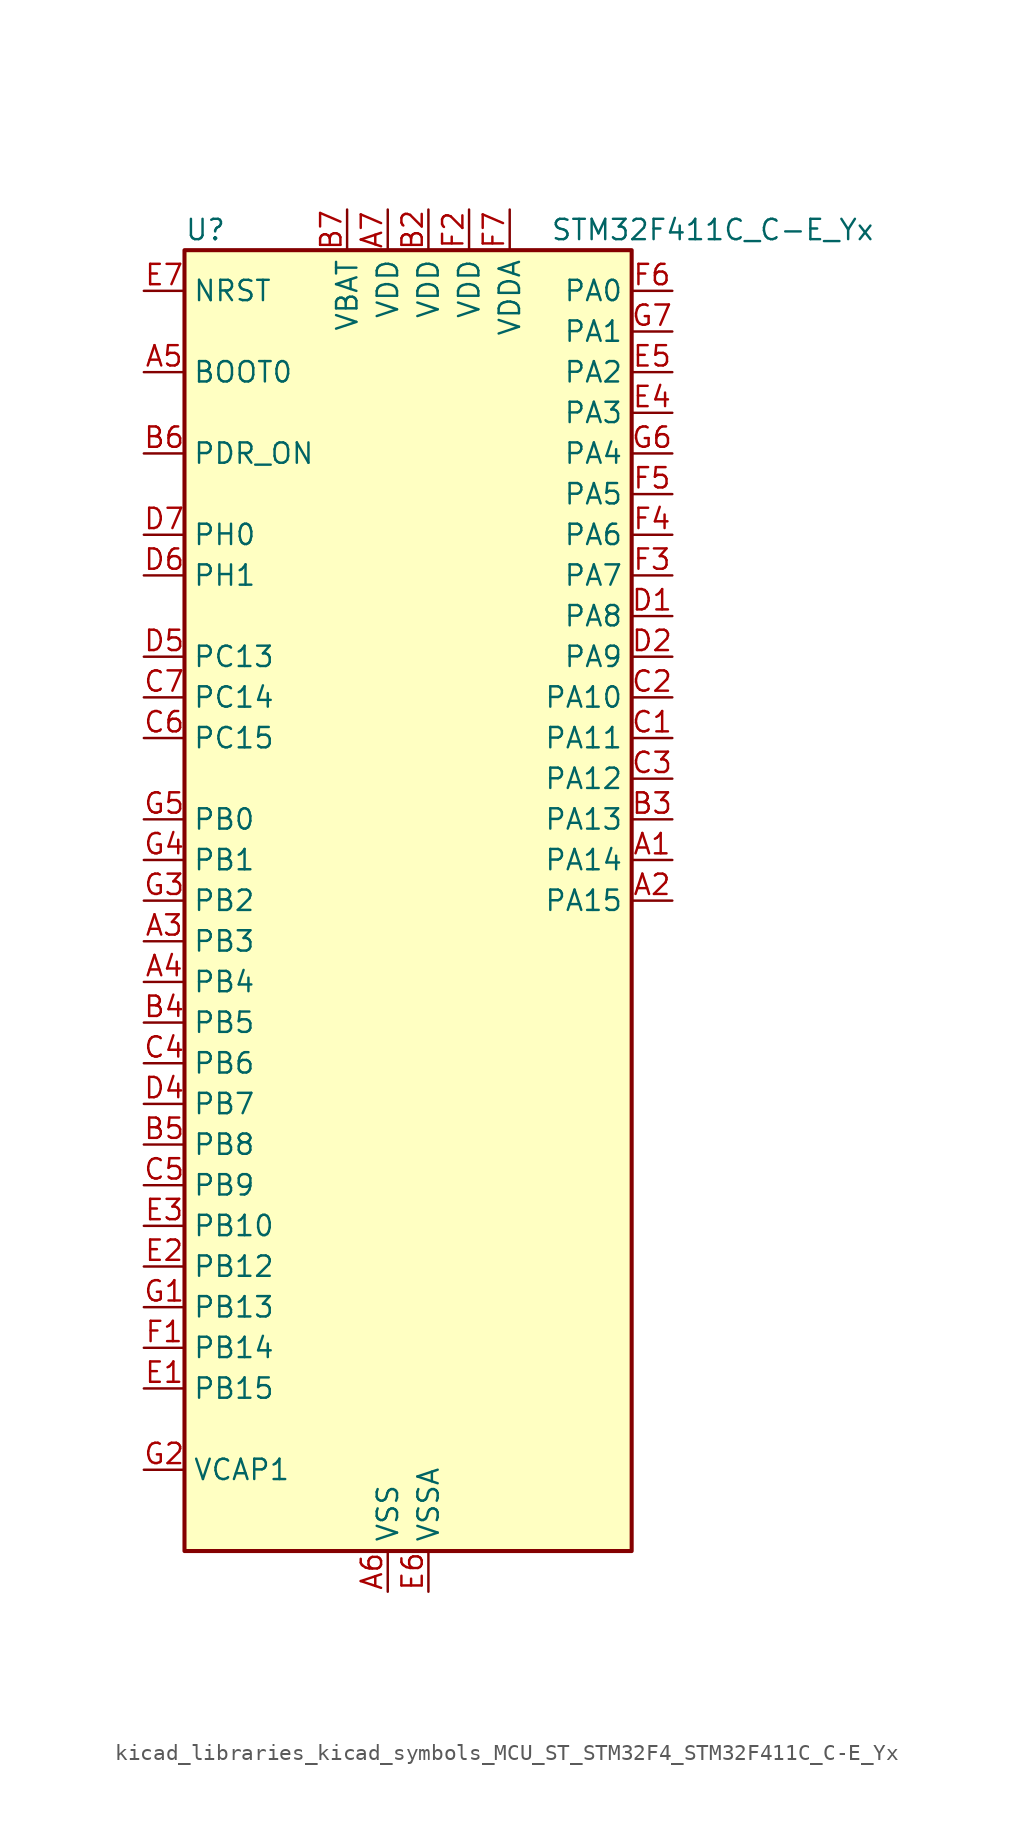
<source format=kicad_sym>
(kicad_symbol_lib
  (version 20220914)
  (generator kicad_symbol_editor)
  (symbol "kicad_libraries_kicad_symbols_MCU_ST_STM32F4_STM32F411C_C-E_Yx"
    (property "Reference" "U"
      (at -12.7 41.91 0)
      (effects (font (size 1.27 1.27)) (justify left)))
    (property "Value" "STM32F411C_C-E_Yx"
      (at 10.16 41.91 0)
      (effects (font (size 1.27 1.27)) (justify left)))
    (property "ki_locked" ""
      (at 0 0 0)
      (effects (font (size 1.27 1.27))))
    (symbol "kicad_libraries_kicad_symbols_MCU_ST_STM32F4_STM32F411C_C-E_Yx_0_1"
      (rectangle (start -12.7 -40.64) (end 15.24 40.64) (stroke (width 0.254) (type default)) (fill (type background))))
    (symbol "kicad_libraries_kicad_symbols_MCU_ST_STM32F4_STM32F411C_C-E_Yx_1_1"
      (pin bidirectional line (at 17.78 2.54 180) (length 2.54) (name "PA14" (effects (font (size 1.27 1.27)))) (number "A1" (effects (font (size 1.27 1.27)))) (alternate "SYS_JTCK-SWCLK" bidirectional line))
      (pin bidirectional line (at 17.78 0 180) (length 2.54) (name "PA15" (effects (font (size 1.27 1.27)))) (number "A2" (effects (font (size 1.27 1.27)))) (alternate "ADC1_EXTI15" bidirectional line) (alternate "I2S1_WS" bidirectional line) (alternate "I2S3_WS" bidirectional line) (alternate "SPI1_NSS" bidirectional line) (alternate "SPI3_NSS" bidirectional line) (alternate "SYS_JTDI" bidirectional line) (alternate "TIM2_CH1" bidirectional line) (alternate "TIM2_ETR" bidirectional line) (alternate "USART1_TX" bidirectional line))
      (pin bidirectional line (at -15.24 -2.54 0) (length 2.54) (name "PB3" (effects (font (size 1.27 1.27)))) (number "A3" (effects (font (size 1.27 1.27)))) (alternate "I2C2_SDA" bidirectional line) (alternate "I2S1_CK" bidirectional line) (alternate "I2S3_CK" bidirectional line) (alternate "SPI1_SCK" bidirectional line) (alternate "SPI3_SCK" bidirectional line) (alternate "SYS_JTDO-SWO" bidirectional line) (alternate "TIM2_CH2" bidirectional line) (alternate "USART1_RX" bidirectional line))
      (pin bidirectional line (at -15.24 -5.08 0) (length 2.54) (name "PB4" (effects (font (size 1.27 1.27)))) (number "A4" (effects (font (size 1.27 1.27)))) (alternate "I2C3_SDA" bidirectional line) (alternate "I2S3_ext_SD" bidirectional line) (alternate "SDIO_D0" bidirectional line) (alternate "SPI1_MISO" bidirectional line) (alternate "SPI3_MISO" bidirectional line) (alternate "SYS_JTRST" bidirectional line) (alternate "TIM3_CH1" bidirectional line))
      (pin input line (at -15.24 33.02 0) (length 2.54) (name "BOOT0" (effects (font (size 1.27 1.27)))) (number "A5" (effects (font (size 1.27 1.27)))))
      (pin power_in line (at 0 -43.18 90) (length 2.54) (name "VSS" (effects (font (size 1.27 1.27)))) (number "A6" (effects (font (size 1.27 1.27)))))
      (pin power_in line (at 0 43.18 270) (length 2.54) (name "VDD" (effects (font (size 1.27 1.27)))) (number "A7" (effects (font (size 1.27 1.27)))))
      (pin passive line (at 0 -43.18 90) (length 2.54) hide (name "VSS" (effects (font (size 1.27 1.27)))) (number "B1" (effects (font (size 1.27 1.27)))))
      (pin power_in line (at 2.54 43.18 270) (length 2.54) (name "VDD" (effects (font (size 1.27 1.27)))) (number "B2" (effects (font (size 1.27 1.27)))))
      (pin bidirectional line (at 17.78 5.08 180) (length 2.54) (name "PA13" (effects (font (size 1.27 1.27)))) (number "B3" (effects (font (size 1.27 1.27)))) (alternate "SYS_JTMS-SWDIO" bidirectional line))
      (pin bidirectional line (at -15.24 -7.62 0) (length 2.54) (name "PB5" (effects (font (size 1.27 1.27)))) (number "B4" (effects (font (size 1.27 1.27)))) (alternate "I2C1_SMBA" bidirectional line) (alternate "I2S1_SD" bidirectional line) (alternate "I2S3_SD" bidirectional line) (alternate "SDIO_D3" bidirectional line) (alternate "SPI1_MOSI" bidirectional line) (alternate "SPI3_MOSI" bidirectional line) (alternate "TIM3_CH2" bidirectional line))
      (pin bidirectional line (at -15.24 -15.24 0) (length 2.54) (name "PB8" (effects (font (size 1.27 1.27)))) (number "B5" (effects (font (size 1.27 1.27)))) (alternate "I2C1_SCL" bidirectional line) (alternate "I2C3_SDA" bidirectional line) (alternate "I2S5_SD" bidirectional line) (alternate "SDIO_D4" bidirectional line) (alternate "SPI5_MOSI" bidirectional line) (alternate "TIM10_CH1" bidirectional line) (alternate "TIM4_CH3" bidirectional line))
      (pin input line (at -15.24 27.94 0) (length 2.54) (name "PDR_ON" (effects (font (size 1.27 1.27)))) (number "B6" (effects (font (size 1.27 1.27)))))
      (pin power_in line (at -2.54 43.18 270) (length 2.54) (name "VBAT" (effects (font (size 1.27 1.27)))) (number "B7" (effects (font (size 1.27 1.27)))))
      (pin bidirectional line (at 17.78 10.16 180) (length 2.54) (name "PA11" (effects (font (size 1.27 1.27)))) (number "C1" (effects (font (size 1.27 1.27)))) (alternate "ADC1_EXTI11" bidirectional line) (alternate "SPI4_MISO" bidirectional line) (alternate "TIM1_CH4" bidirectional line) (alternate "USART1_CTS" bidirectional line) (alternate "USART6_TX" bidirectional line) (alternate "USB_OTG_FS_DM" bidirectional line))
      (pin bidirectional line (at 17.78 12.7 180) (length 2.54) (name "PA10" (effects (font (size 1.27 1.27)))) (number "C2" (effects (font (size 1.27 1.27)))) (alternate "I2S5_SD" bidirectional line) (alternate "SPI5_MOSI" bidirectional line) (alternate "TIM1_CH3" bidirectional line) (alternate "USART1_RX" bidirectional line) (alternate "USB_OTG_FS_ID" bidirectional line))
      (pin bidirectional line (at 17.78 7.62 180) (length 2.54) (name "PA12" (effects (font (size 1.27 1.27)))) (number "C3" (effects (font (size 1.27 1.27)))) (alternate "SPI5_MISO" bidirectional line) (alternate "TIM1_ETR" bidirectional line) (alternate "USART1_RTS" bidirectional line) (alternate "USART6_RX" bidirectional line) (alternate "USB_OTG_FS_DP" bidirectional line))
      (pin bidirectional line (at -15.24 -10.16 0) (length 2.54) (name "PB6" (effects (font (size 1.27 1.27)))) (number "C4" (effects (font (size 1.27 1.27)))) (alternate "I2C1_SCL" bidirectional line) (alternate "TIM4_CH1" bidirectional line) (alternate "USART1_TX" bidirectional line))
      (pin bidirectional line (at -15.24 -17.78 0) (length 2.54) (name "PB9" (effects (font (size 1.27 1.27)))) (number "C5" (effects (font (size 1.27 1.27)))) (alternate "I2C1_SDA" bidirectional line) (alternate "I2C2_SDA" bidirectional line) (alternate "I2S2_WS" bidirectional line) (alternate "SDIO_D5" bidirectional line) (alternate "SPI2_NSS" bidirectional line) (alternate "TIM11_CH1" bidirectional line) (alternate "TIM4_CH4" bidirectional line))
      (pin bidirectional line (at -15.24 10.16 0) (length 2.54) (name "PC15" (effects (font (size 1.27 1.27)))) (number "C6" (effects (font (size 1.27 1.27)))) (alternate "ADC1_EXTI15" bidirectional line) (alternate "RCC_OSC32_OUT" bidirectional line))
      (pin bidirectional line (at -15.24 12.7 0) (length 2.54) (name "PC14" (effects (font (size 1.27 1.27)))) (number "C7" (effects (font (size 1.27 1.27)))) (alternate "RCC_OSC32_IN" bidirectional line))
      (pin bidirectional line (at 17.78 17.78 180) (length 2.54) (name "PA8" (effects (font (size 1.27 1.27)))) (number "D1" (effects (font (size 1.27 1.27)))) (alternate "I2C3_SCL" bidirectional line) (alternate "RCC_MCO_1" bidirectional line) (alternate "SDIO_D1" bidirectional line) (alternate "TIM1_CH1" bidirectional line) (alternate "USART1_CK" bidirectional line) (alternate "USB_OTG_FS_SOF" bidirectional line))
      (pin bidirectional line (at 17.78 15.24 180) (length 2.54) (name "PA9" (effects (font (size 1.27 1.27)))) (number "D2" (effects (font (size 1.27 1.27)))) (alternate "I2C3_SMBA" bidirectional line) (alternate "SDIO_D2" bidirectional line) (alternate "TIM1_CH2" bidirectional line) (alternate "USART1_TX" bidirectional line) (alternate "USB_OTG_FS_VBUS" bidirectional line))
      (pin passive line (at 0 -43.18 90) (length 2.54) hide (name "VSS" (effects (font (size 1.27 1.27)))) (number "D3" (effects (font (size 1.27 1.27)))))
      (pin bidirectional line (at -15.24 -12.7 0) (length 2.54) (name "PB7" (effects (font (size 1.27 1.27)))) (number "D4" (effects (font (size 1.27 1.27)))) (alternate "I2C1_SDA" bidirectional line) (alternate "SDIO_D0" bidirectional line) (alternate "TIM4_CH2" bidirectional line) (alternate "USART1_RX" bidirectional line))
      (pin bidirectional line (at -15.24 15.24 0) (length 2.54) (name "PC13" (effects (font (size 1.27 1.27)))) (number "D5" (effects (font (size 1.27 1.27)))) (alternate "RTC_AF1" bidirectional line))
      (pin bidirectional line (at -15.24 20.32 0) (length 2.54) (name "PH1" (effects (font (size 1.27 1.27)))) (number "D6" (effects (font (size 1.27 1.27)))) (alternate "RCC_OSC_OUT" bidirectional line))
      (pin bidirectional line (at -15.24 22.86 0) (length 2.54) (name "PH0" (effects (font (size 1.27 1.27)))) (number "D7" (effects (font (size 1.27 1.27)))) (alternate "RCC_OSC_IN" bidirectional line))
      (pin bidirectional line (at -15.24 -30.48 0) (length 2.54) (name "PB15" (effects (font (size 1.27 1.27)))) (number "E1" (effects (font (size 1.27 1.27)))) (alternate "ADC1_EXTI15" bidirectional line) (alternate "I2S2_SD" bidirectional line) (alternate "RTC_REFIN" bidirectional line) (alternate "SDIO_CK" bidirectional line) (alternate "SPI2_MOSI" bidirectional line) (alternate "TIM1_CH3N" bidirectional line))
      (pin bidirectional line (at -15.24 -22.86 0) (length 2.54) (name "PB12" (effects (font (size 1.27 1.27)))) (number "E2" (effects (font (size 1.27 1.27)))) (alternate "I2C2_SMBA" bidirectional line) (alternate "I2S2_WS" bidirectional line) (alternate "I2S3_CK" bidirectional line) (alternate "I2S4_WS" bidirectional line) (alternate "SPI2_NSS" bidirectional line) (alternate "SPI3_SCK" bidirectional line) (alternate "SPI4_NSS" bidirectional line) (alternate "TIM1_BKIN" bidirectional line))
      (pin bidirectional line (at -15.24 -20.32 0) (length 2.54) (name "PB10" (effects (font (size 1.27 1.27)))) (number "E3" (effects (font (size 1.27 1.27)))) (alternate "I2C2_SCL" bidirectional line) (alternate "I2S2_CK" bidirectional line) (alternate "I2S3_MCK" bidirectional line) (alternate "SDIO_D7" bidirectional line) (alternate "SPI2_SCK" bidirectional line) (alternate "TIM2_CH3" bidirectional line))
      (pin bidirectional line (at 17.78 30.48 180) (length 2.54) (name "PA3" (effects (font (size 1.27 1.27)))) (number "E4" (effects (font (size 1.27 1.27)))) (alternate "ADC1_IN3" bidirectional line) (alternate "I2S2_MCK" bidirectional line) (alternate "TIM2_CH4" bidirectional line) (alternate "TIM5_CH4" bidirectional line) (alternate "TIM9_CH2" bidirectional line) (alternate "USART2_RX" bidirectional line))
      (pin bidirectional line (at 17.78 33.02 180) (length 2.54) (name "PA2" (effects (font (size 1.27 1.27)))) (number "E5" (effects (font (size 1.27 1.27)))) (alternate "ADC1_IN2" bidirectional line) (alternate "I2S_CKIN" bidirectional line) (alternate "TIM2_CH3" bidirectional line) (alternate "TIM5_CH3" bidirectional line) (alternate "TIM9_CH1" bidirectional line) (alternate "USART2_TX" bidirectional line))
      (pin power_in line (at 2.54 -43.18 90) (length 2.54) (name "VSSA" (effects (font (size 1.27 1.27)))) (number "E6" (effects (font (size 1.27 1.27)))))
      (pin input line (at -15.24 38.1 0) (length 2.54) (name "NRST" (effects (font (size 1.27 1.27)))) (number "E7" (effects (font (size 1.27 1.27)))))
      (pin bidirectional line (at -15.24 -27.94 0) (length 2.54) (name "PB14" (effects (font (size 1.27 1.27)))) (number "F1" (effects (font (size 1.27 1.27)))) (alternate "I2S2_ext_SD" bidirectional line) (alternate "SDIO_D6" bidirectional line) (alternate "SPI2_MISO" bidirectional line) (alternate "TIM1_CH2N" bidirectional line))
      (pin power_in line (at 5.08 43.18 270) (length 2.54) (name "VDD" (effects (font (size 1.27 1.27)))) (number "F2" (effects (font (size 1.27 1.27)))))
      (pin bidirectional line (at 17.78 20.32 180) (length 2.54) (name "PA7" (effects (font (size 1.27 1.27)))) (number "F3" (effects (font (size 1.27 1.27)))) (alternate "ADC1_IN7" bidirectional line) (alternate "I2S1_SD" bidirectional line) (alternate "SPI1_MOSI" bidirectional line) (alternate "TIM1_CH1N" bidirectional line) (alternate "TIM3_CH2" bidirectional line))
      (pin bidirectional line (at 17.78 22.86 180) (length 2.54) (name "PA6" (effects (font (size 1.27 1.27)))) (number "F4" (effects (font (size 1.27 1.27)))) (alternate "ADC1_IN6" bidirectional line) (alternate "I2S2_MCK" bidirectional line) (alternate "SDIO_CMD" bidirectional line) (alternate "SPI1_MISO" bidirectional line) (alternate "TIM1_BKIN" bidirectional line) (alternate "TIM3_CH1" bidirectional line))
      (pin bidirectional line (at 17.78 25.4 180) (length 2.54) (name "PA5" (effects (font (size 1.27 1.27)))) (number "F5" (effects (font (size 1.27 1.27)))) (alternate "ADC1_IN5" bidirectional line) (alternate "I2S1_CK" bidirectional line) (alternate "SPI1_SCK" bidirectional line) (alternate "TIM2_CH1" bidirectional line) (alternate "TIM2_ETR" bidirectional line))
      (pin bidirectional line (at 17.78 38.1 180) (length 2.54) (name "PA0" (effects (font (size 1.27 1.27)))) (number "F6" (effects (font (size 1.27 1.27)))) (alternate "ADC1_IN0" bidirectional line) (alternate "SYS_WKUP" bidirectional line) (alternate "TIM2_CH1" bidirectional line) (alternate "TIM2_ETR" bidirectional line) (alternate "TIM5_CH1" bidirectional line) (alternate "USART2_CTS" bidirectional line))
      (pin power_in line (at 7.62 43.18 270) (length 2.54) (name "VDDA" (effects (font (size 1.27 1.27)))) (number "F7" (effects (font (size 1.27 1.27)))))
      (pin bidirectional line (at -15.24 -25.4 0) (length 2.54) (name "PB13" (effects (font (size 1.27 1.27)))) (number "G1" (effects (font (size 1.27 1.27)))) (alternate "I2S2_CK" bidirectional line) (alternate "I2S4_CK" bidirectional line) (alternate "SPI2_SCK" bidirectional line) (alternate "SPI4_SCK" bidirectional line) (alternate "TIM1_CH1N" bidirectional line))
      (pin power_out line (at -15.24 -35.56 0) (length 2.54) (name "VCAP1" (effects (font (size 1.27 1.27)))) (number "G2" (effects (font (size 1.27 1.27)))))
      (pin bidirectional line (at -15.24 0 0) (length 2.54) (name "PB2" (effects (font (size 1.27 1.27)))) (number "G3" (effects (font (size 1.27 1.27)))))
      (pin bidirectional line (at -15.24 2.54 0) (length 2.54) (name "PB1" (effects (font (size 1.27 1.27)))) (number "G4" (effects (font (size 1.27 1.27)))) (alternate "ADC1_IN9" bidirectional line) (alternate "I2S5_WS" bidirectional line) (alternate "SPI5_NSS" bidirectional line) (alternate "TIM1_CH3N" bidirectional line) (alternate "TIM3_CH4" bidirectional line))
      (pin bidirectional line (at -15.24 5.08 0) (length 2.54) (name "PB0" (effects (font (size 1.27 1.27)))) (number "G5" (effects (font (size 1.27 1.27)))) (alternate "ADC1_IN8" bidirectional line) (alternate "I2S5_CK" bidirectional line) (alternate "SPI5_SCK" bidirectional line) (alternate "TIM1_CH2N" bidirectional line) (alternate "TIM3_CH3" bidirectional line))
      (pin bidirectional line (at 17.78 27.94 180) (length 2.54) (name "PA4" (effects (font (size 1.27 1.27)))) (number "G6" (effects (font (size 1.27 1.27)))) (alternate "ADC1_IN4" bidirectional line) (alternate "I2S1_WS" bidirectional line) (alternate "I2S3_WS" bidirectional line) (alternate "SPI1_NSS" bidirectional line) (alternate "SPI3_NSS" bidirectional line) (alternate "USART2_CK" bidirectional line))
      (pin bidirectional line (at 17.78 35.56 180) (length 2.54) (name "PA1" (effects (font (size 1.27 1.27)))) (number "G7" (effects (font (size 1.27 1.27)))) (alternate "ADC1_IN1" bidirectional line) (alternate "I2S4_SD" bidirectional line) (alternate "SPI4_MOSI" bidirectional line) (alternate "TIM2_CH2" bidirectional line) (alternate "TIM5_CH2" bidirectional line) (alternate "USART2_RTS" bidirectional line)))))
</source>
